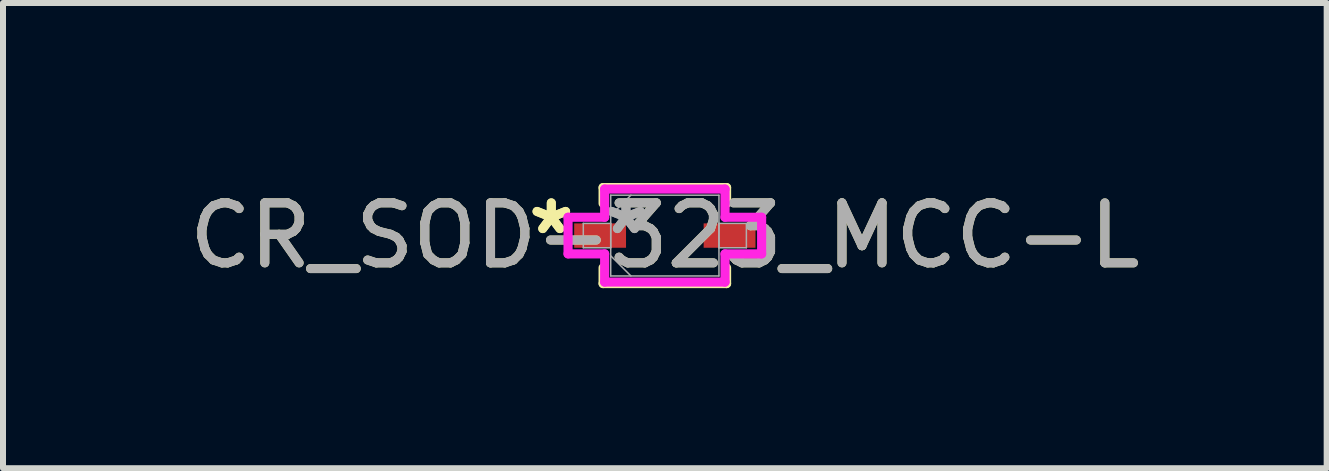
<source format=kicad_pcb>
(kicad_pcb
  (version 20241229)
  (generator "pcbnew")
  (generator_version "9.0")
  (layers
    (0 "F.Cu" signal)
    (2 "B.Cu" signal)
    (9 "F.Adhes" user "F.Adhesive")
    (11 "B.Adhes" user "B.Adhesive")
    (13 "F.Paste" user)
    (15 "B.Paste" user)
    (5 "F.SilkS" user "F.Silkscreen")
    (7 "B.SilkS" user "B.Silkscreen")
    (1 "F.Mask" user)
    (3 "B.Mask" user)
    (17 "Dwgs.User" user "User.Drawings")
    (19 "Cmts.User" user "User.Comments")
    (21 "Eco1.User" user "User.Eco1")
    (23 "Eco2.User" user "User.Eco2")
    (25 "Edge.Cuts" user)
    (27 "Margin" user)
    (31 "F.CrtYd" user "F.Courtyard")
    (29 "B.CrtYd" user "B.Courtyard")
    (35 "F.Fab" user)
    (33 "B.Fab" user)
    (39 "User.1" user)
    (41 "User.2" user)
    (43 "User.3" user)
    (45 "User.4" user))
  (footprint "CR_SOD-323_MCC-L"
    (layer "F.Cu")
    (at 8.03 0.876)
    (property "Reference" "CR_SOD-323_MCC-L" (at 0 0 0) (unlocked yes) (layer "F.SilkS") (effects (font (size 1 1) (thickness 0.15))))
    (attr smd)
    (fp_line (start -1.029 -0.8) (end -1.029 -0.536) (stroke (width 0.152) (type solid)) (layer "F.SilkS"))
    (fp_line (start -1.029 0.536) (end -1.029 0.8) (stroke (width 0.152) (type solid)) (layer "F.SilkS"))
    (fp_line (start -1.029 0.8) (end 1.029 0.8) (stroke (width 0.152) (type solid)) (layer "F.SilkS"))
    (fp_line (start 1.029 -0.8) (end -1.029 -0.8) (stroke (width 0.152) (type solid)) (layer "F.SilkS"))
    (fp_line (start 1.029 -0.536) (end 1.029 -0.8) (stroke (width 0.152) (type solid)) (layer "F.SilkS"))
    (fp_line (start 1.029 0.8) (end 1.029 0.536) (stroke (width 0.152) (type solid)) (layer "F.SilkS"))
    (fp_line (start -1.613 -0.305) (end -1.003 -0.305) (stroke (width 0.152) (type solid)) (layer "F.CrtYd"))
    (fp_line (start -1.613 0.305) (end -1.613 -0.305) (stroke (width 0.152) (type solid)) (layer "F.CrtYd"))
    (fp_line (start -1.003 -0.775) (end 1.003 -0.775) (stroke (width 0.152) (type solid)) (layer "F.CrtYd"))
    (fp_line (start -1.003 -0.305) (end -1.003 -0.775) (stroke (width 0.152) (type solid)) (layer "F.CrtYd"))
    (fp_line (start -1.003 0.305) (end -1.613 0.305) (stroke (width 0.152) (type solid)) (layer "F.CrtYd"))
    (fp_line (start -1.003 0.775) (end -1.003 0.305) (stroke (width 0.152) (type solid)) (layer "F.CrtYd"))
    (fp_line (start 1.003 -0.775) (end 1.003 -0.305) (stroke (width 0.152) (type solid)) (layer "F.CrtYd"))
    (fp_line (start 1.003 -0.305) (end 1.613 -0.305) (stroke (width 0.152) (type solid)) (layer "F.CrtYd"))
    (fp_line (start 1.003 0.305) (end 1.003 0.775) (stroke (width 0.152) (type solid)) (layer "F.CrtYd"))
    (fp_line (start 1.003 0.775) (end -1.003 0.775) (stroke (width 0.152) (type solid)) (layer "F.CrtYd"))
    (fp_line (start 1.613 -0.305) (end 1.613 0.305) (stroke (width 0.152) (type solid)) (layer "F.CrtYd"))
    (fp_line (start 1.613 0.305) (end 1.003 0.305) (stroke (width 0.152) (type solid)) (layer "F.CrtYd"))
    (fp_line (start -1.359 -0.203) (end -1.359 0.203) (stroke (width 0.025) (type solid)) (layer "F.Fab"))
    (fp_line (start -1.359 0.203) (end -0.902 0.203) (stroke (width 0.025) (type solid)) (layer "F.Fab"))
    (fp_line (start -0.902 -0.673) (end -0.902 0.673) (stroke (width 0.025) (type solid)) (layer "F.Fab"))
    (fp_line (start -0.902 -0.337) (end -0.565 -0.673) (stroke (width 0.025) (type solid)) (layer "F.Fab"))
    (fp_line (start -0.902 -0.203) (end -1.359 -0.203) (stroke (width 0.025) (type solid)) (layer "F.Fab"))
    (fp_line (start -0.902 0.203) (end -0.902 -0.203) (stroke (width 0.025) (type solid)) (layer "F.Fab"))
    (fp_line (start -0.902 0.337) (end -0.565 0.673) (stroke (width 0.025) (type solid)) (layer "F.Fab"))
    (fp_line (start -0.902 0.673) (end 0.902 0.673) (stroke (width 0.025) (type solid)) (layer "F.Fab"))
    (fp_line (start 0.902 -0.673) (end -0.902 -0.673) (stroke (width 0.025) (type solid)) (layer "F.Fab"))
    (fp_line (start 0.902 -0.203) (end 0.902 0.203) (stroke (width 0.025) (type solid)) (layer "F.Fab"))
    (fp_line (start 0.902 0.203) (end 1.359 0.203) (stroke (width 0.025) (type solid)) (layer "F.Fab"))
    (fp_line (start 0.902 0.673) (end 0.902 -0.673) (stroke (width 0.025) (type solid)) (layer "F.Fab"))
    (fp_line (start 1.359 -0.203) (end 0.902 -0.203) (stroke (width 0.025) (type solid)) (layer "F.Fab"))
    (fp_line (start 1.359 0.203) (end 1.359 -0.203) (stroke (width 0.025) (type solid)) (layer "F.Fab"))
    (fp_text user "*" (at -1.892 0 0) (unlocked yes) (layer "F.SilkS") (effects (font (size 1 1) (thickness 0.15))))
    (fp_text user "*" (at -1.892 0 0) (layer "F.SilkS") (effects (font (size 1 1) (thickness 0.15))))
    (fp_text user "*" (at -0.648 0 0) (unlocked yes) (layer "F.Fab") (effects (font (size 1 1) (thickness 0.15))))
    (fp_text user "${REFERENCE}" (at 0 0 0) (unlocked yes) (layer "F.Fab") (effects (font (size 1 1) (thickness 0.15))))
    (fp_text user "*" (at -0.648 0 0) (layer "F.Fab") (effects (font (size 1 1) (thickness 0.15))))
    (pad "1" smd rect (at -1.079 0) (size 0.864 0.406) (layers "F.Cu" "F.Mask" "F.Paste"))
    (pad "2" smd rect (at 1.079 0) (size 0.864 0.406) (layers "F.Cu" "F.Mask" "F.Paste")))
  (gr_rect
    (start -3 -3)
    (end 19.06 4.753)
    (stroke (width 0.1) (type default))
    (fill no)
    (layer "Edge.Cuts")))
</source>
